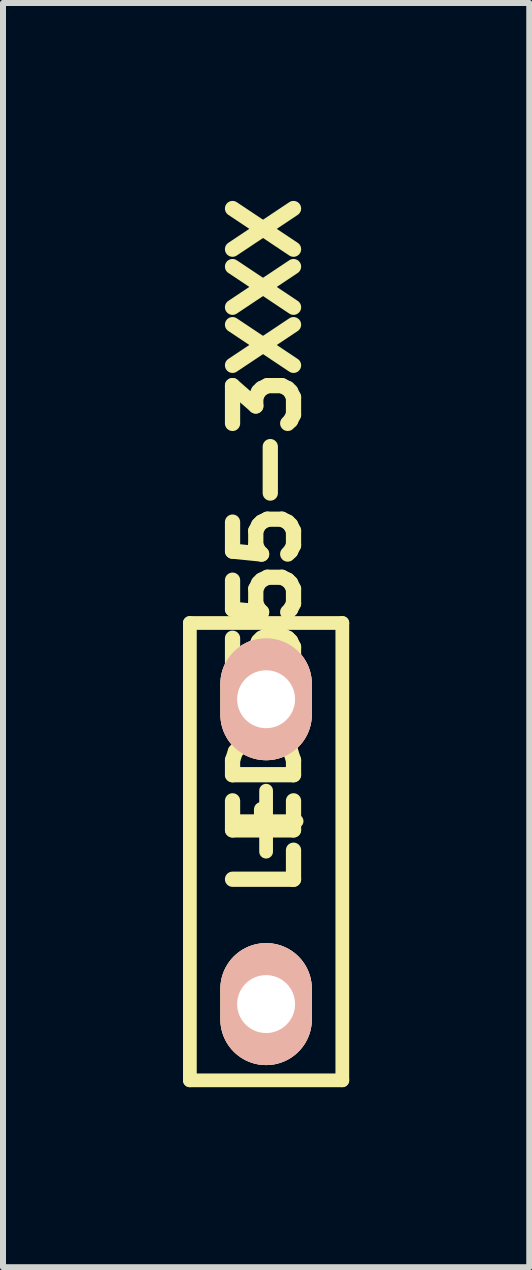
<source format=kicad_pcb>
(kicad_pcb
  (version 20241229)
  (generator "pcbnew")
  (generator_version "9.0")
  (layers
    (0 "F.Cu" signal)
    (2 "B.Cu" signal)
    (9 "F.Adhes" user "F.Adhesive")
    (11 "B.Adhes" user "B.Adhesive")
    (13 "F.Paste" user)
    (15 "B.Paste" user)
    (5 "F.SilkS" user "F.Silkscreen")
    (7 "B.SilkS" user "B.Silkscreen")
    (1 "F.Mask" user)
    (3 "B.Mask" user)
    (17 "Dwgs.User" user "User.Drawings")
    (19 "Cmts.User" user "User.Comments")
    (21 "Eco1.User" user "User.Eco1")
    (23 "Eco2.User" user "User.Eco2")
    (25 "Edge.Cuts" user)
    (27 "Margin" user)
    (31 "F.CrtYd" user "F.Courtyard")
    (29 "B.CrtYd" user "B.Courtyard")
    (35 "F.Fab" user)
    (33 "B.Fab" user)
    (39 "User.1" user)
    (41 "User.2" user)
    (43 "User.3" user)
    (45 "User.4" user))
  (footprint "LED_555-3XXX"
    (layer "F.Cu")
    (at 1.384 11.141)
    (property "Reference" "LED_555-3XXX" (at 0 -5.08 270) (layer "F.SilkS") (effects (font (size 1.016 1.016) (thickness 0.254))))
    (attr through_hole)
    (fp_line (start -1.27 -3.81) (end 1.27 -3.81) (stroke (width 0.229) (type solid)) (layer "F.SilkS"))
    (fp_line (start -1.27 3.81) (end -1.27 -3.81) (stroke (width 0.229) (type solid)) (layer "F.SilkS"))
    (fp_line (start -0.508 -0.508) (end 0.508 -0.508) (stroke (width 0.229) (type solid)) (layer "F.SilkS"))
    (fp_line (start 0 0) (end 0 -1.016) (stroke (width 0.229) (type solid)) (layer "F.SilkS"))
    (fp_line (start 1.27 -3.81) (end 1.27 3.81) (stroke (width 0.229) (type solid)) (layer "F.SilkS"))
    (fp_line (start 1.27 3.81) (end -1.27 3.81) (stroke (width 0.229) (type solid)) (layer "F.SilkS"))
    (pad "1" thru_hole oval (at 0 -2.54) (size 1.524 2.032) (drill 0.965) (layers "*.Cu" "*.SilkS" "*.Mask"))
    (pad "2" thru_hole oval (at 0 2.54) (size 1.524 2.032) (drill 0.965) (layers "*.Cu" "*.SilkS" "*.Mask")))
  (gr_rect
    (start -3 -3)
    (end 5.769 18.065)
    (stroke (width 0.1) (type default))
    (fill no)
    (layer "Edge.Cuts")))
</source>
